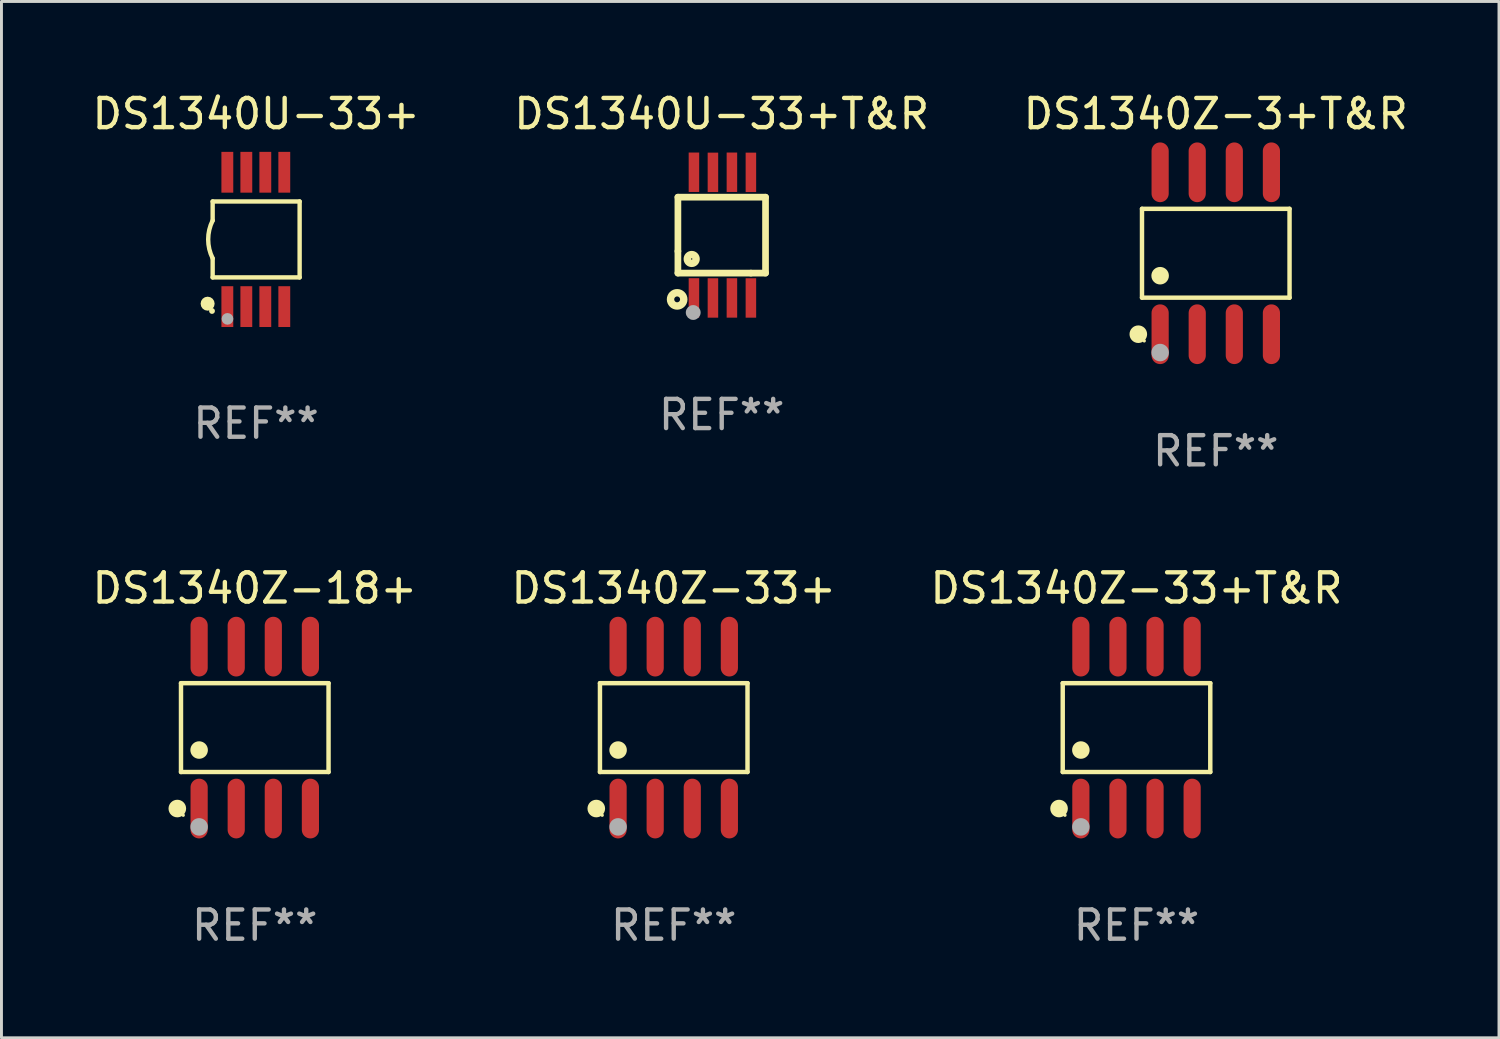
<source format=kicad_pcb>
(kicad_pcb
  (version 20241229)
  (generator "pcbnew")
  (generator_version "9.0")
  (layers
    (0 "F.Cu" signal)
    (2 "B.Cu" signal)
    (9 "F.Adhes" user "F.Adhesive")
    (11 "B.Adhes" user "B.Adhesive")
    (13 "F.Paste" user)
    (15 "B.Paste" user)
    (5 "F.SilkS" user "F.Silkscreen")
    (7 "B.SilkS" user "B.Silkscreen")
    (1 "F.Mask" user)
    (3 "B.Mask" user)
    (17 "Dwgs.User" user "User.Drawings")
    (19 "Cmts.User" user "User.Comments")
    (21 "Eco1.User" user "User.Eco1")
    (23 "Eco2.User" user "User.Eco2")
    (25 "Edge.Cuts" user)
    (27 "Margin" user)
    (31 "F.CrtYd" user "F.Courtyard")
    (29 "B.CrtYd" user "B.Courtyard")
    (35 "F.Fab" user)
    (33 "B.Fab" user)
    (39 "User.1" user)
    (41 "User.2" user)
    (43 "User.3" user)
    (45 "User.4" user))
  (footprint "DS1340U-33+T&R"
    (layer "F.Cu")
    (at 21.661 5)
    (property "Reference" "DS1340U-33+T&R" (at 0 -4.152 0) (layer "F.SilkS") (effects (font (size 1 1) (thickness 0.15))))
    (attr through_hole)
    (fp_line (start -1.5 1.301) (end 1 1.301) (stroke (width 0.229) (type solid)) (layer "F.SilkS"))
    (fp_line (start -1.5 -1.299) (end -1.5 0.551) (stroke (width 0.229) (type solid)) (layer "F.SilkS"))
    (fp_line (start -1.5 0.551) (end -1.5 1.301) (stroke (width 0.229) (type solid)) (layer "F.SilkS"))
    (fp_line (start 1 1.301) (end 1.5 1.301) (stroke (width 0.229) (type solid)) (layer "F.SilkS"))
    (fp_line (start 1.5 1.301) (end 1.5 -1.299) (stroke (width 0.229) (type solid)) (layer "F.SilkS"))
    (fp_line (start 1.5 -1.299) (end -1.5 -1.299) (stroke (width 0.229) (type solid)) (layer "F.SilkS"))
    (fp_circle (center -1.526 2.2) (end -1.426 2.2) (stroke (width 0.254) (type solid)) (fill no) (layer "F.SilkS"))
    (fp_circle (center -1.476 2.45) (end -1.446 2.45) (stroke (width 0.06) (type solid)) (fill no) (layer "F.SilkS"))
    (fp_circle (center -1.028 0.817) (end -0.878 0.817) (stroke (width 0.254) (type solid)) (fill no) (layer "F.SilkS"))
    (fp_circle (center -0.976 2.65) (end -0.849 2.65) (stroke (width 0.254) (type solid)) (fill no) (layer "F.Fab"))
    (fp_text user "REF**" (at 0 6.152 0) (layer "F.Fab") (effects (font (size 1 1) (thickness 0.15))))
    (pad "1" smd rect (at -0.951 2.15) (size 0.36 1.35) (layers "F.Cu" "F.Mask" "F.Paste"))
    (pad "2" smd rect (at -0.301 2.152) (size 0.36 1.35) (layers "F.Cu" "F.Mask" "F.Paste"))
    (pad "3" smd rect (at 0.349 2.151) (size 0.36 1.35) (layers "F.Cu" "F.Mask" "F.Paste"))
    (pad "4" smd rect (at 0.999 2.152) (size 0.36 1.35) (layers "F.Cu" "F.Mask" "F.Paste"))
    (pad "5" smd rect (at 0.999 -2.149) (size 0.36 1.35) (layers "F.Cu" "F.Mask" "F.Paste"))
    (pad "6" smd rect (at 0.349 -2.152) (size 0.36 1.35) (layers "F.Cu" "F.Mask" "F.Paste"))
    (pad "7" smd rect (at -0.301 -2.149) (size 0.36 1.35) (layers "F.Cu" "F.Mask" "F.Paste"))
    (pad "8" smd rect (at -0.951 -2.152) (size 0.36 1.35) (layers "F.Cu" "F.Mask" "F.Paste")))
  (footprint "DS1340Z-33+T&R"
    (layer "F.Cu")
    (at 35.863 21.862)
    (property "Reference" "DS1340Z-33+T&R" (at 0 -4.772 0) (layer "F.SilkS") (effects (font (size 1 1) (thickness 0.15))))
    (attr through_hole)
    (fp_line (start -2.526 -1.521) (end 2.526 -1.521) (stroke (width 0.152) (type solid)) (layer "F.SilkS"))
    (fp_line (start -2.526 1.521) (end -2.526 -1.521) (stroke (width 0.152) (type solid)) (layer "F.SilkS"))
    (fp_line (start 2.526 -1.521) (end 2.526 1.521) (stroke (width 0.152) (type solid)) (layer "F.SilkS"))
    (fp_line (start 2.526 1.521) (end -2.526 1.521) (stroke (width 0.152) (type solid)) (layer "F.SilkS"))
    (fp_circle (center -2.652 2.772) (end -2.501 2.772) (stroke (width 0.3) (type solid)) (fill no) (layer "F.SilkS"))
    (fp_circle (center -2.45 3) (end -2.42 3) (stroke (width 0.06) (type solid)) (fill no) (layer "F.SilkS"))
    (fp_circle (center -1.905 0.769) (end -1.755 0.769) (stroke (width 0.3) (type solid)) (fill no) (layer "F.SilkS"))
    (fp_circle (center -1.905 3.4) (end -1.755 3.4) (stroke (width 0.3) (type solid)) (fill no) (layer "F.Fab"))
    (fp_text user "REF**" (at 0 6.772 0) (layer "F.Fab") (effects (font (size 1 1) (thickness 0.15))))
    (pad "1" smd oval (at -1.905 2.772) (size 0.588 2.045) (layers "F.Cu" "F.Mask" "F.Paste"))
    (pad "2" smd oval (at -0.635 2.772) (size 0.588 2.045) (layers "F.Cu" "F.Mask" "F.Paste"))
    (pad "3" smd oval (at 0.635 2.772) (size 0.588 2.045) (layers "F.Cu" "F.Mask" "F.Paste"))
    (pad "4" smd oval (at 1.905 2.772) (size 0.588 2.045) (layers "F.Cu" "F.Mask" "F.Paste"))
    (pad "5" smd oval (at 1.905 -2.772) (size 0.588 2.045) (layers "F.Cu" "F.Mask" "F.Paste"))
    (pad "6" smd oval (at 0.635 -2.772) (size 0.588 2.045) (layers "F.Cu" "F.Mask" "F.Paste"))
    (pad "7" smd oval (at -0.635 -2.772) (size 0.588 2.045) (layers "F.Cu" "F.Mask" "F.Paste"))
    (pad "8" smd oval (at -1.905 -2.772) (size 0.588 2.045) (layers "F.Cu" "F.Mask" "F.Paste")))
  (footprint "DS1340Z-33+"
    (layer "F.Cu")
    (at 20.018 21.862)
    (property "Reference" "DS1340Z-33+" (at 0 -4.772 0) (layer "F.SilkS") (effects (font (size 1 1) (thickness 0.15))))
    (attr through_hole)
    (fp_line (start -2.526 -1.521) (end 2.526 -1.521) (stroke (width 0.152) (type solid)) (layer "F.SilkS"))
    (fp_line (start -2.526 1.521) (end -2.526 -1.521) (stroke (width 0.152) (type solid)) (layer "F.SilkS"))
    (fp_line (start 2.526 -1.521) (end 2.526 1.521) (stroke (width 0.152) (type solid)) (layer "F.SilkS"))
    (fp_line (start 2.526 1.521) (end -2.526 1.521) (stroke (width 0.152) (type solid)) (layer "F.SilkS"))
    (fp_circle (center -2.652 2.772) (end -2.501 2.772) (stroke (width 0.3) (type solid)) (fill no) (layer "F.SilkS"))
    (fp_circle (center -2.45 3) (end -2.42 3) (stroke (width 0.06) (type solid)) (fill no) (layer "F.SilkS"))
    (fp_circle (center -1.905 0.769) (end -1.755 0.769) (stroke (width 0.3) (type solid)) (fill no) (layer "F.SilkS"))
    (fp_circle (center -1.905 3.4) (end -1.755 3.4) (stroke (width 0.3) (type solid)) (fill no) (layer "F.Fab"))
    (fp_text user "REF**" (at 0 6.772 0) (layer "F.Fab") (effects (font (size 1 1) (thickness 0.15))))
    (pad "1" smd oval (at -1.905 2.772) (size 0.588 2.045) (layers "F.Cu" "F.Mask" "F.Paste"))
    (pad "2" smd oval (at -0.635 2.772) (size 0.588 2.045) (layers "F.Cu" "F.Mask" "F.Paste"))
    (pad "3" smd oval (at 0.635 2.772) (size 0.588 2.045) (layers "F.Cu" "F.Mask" "F.Paste"))
    (pad "4" smd oval (at 1.905 2.772) (size 0.588 2.045) (layers "F.Cu" "F.Mask" "F.Paste"))
    (pad "5" smd oval (at 1.905 -2.772) (size 0.588 2.045) (layers "F.Cu" "F.Mask" "F.Paste"))
    (pad "6" smd oval (at 0.635 -2.772) (size 0.588 2.045) (layers "F.Cu" "F.Mask" "F.Paste"))
    (pad "7" smd oval (at -0.635 -2.772) (size 0.588 2.045) (layers "F.Cu" "F.Mask" "F.Paste"))
    (pad "8" smd oval (at -1.905 -2.772) (size 0.588 2.045) (layers "F.Cu" "F.Mask" "F.Paste")))
  (footprint "DS1340U-33+"
    (layer "F.Cu")
    (at 5.72 5.148)
    (property "Reference" "DS1340U-33+" (at 0 -4.3 0) (layer "F.SilkS") (effects (font (size 1 1) (thickness 0.15))))
    (attr through_hole)
    (fp_line (start -1.489 -1.3) (end -1.489 -0.648) (stroke (width 0.15) (type solid)) (layer "F.SilkS"))
    (fp_line (start -1.489 0.648) (end -1.489 1.3) (stroke (width 0.15) (type solid)) (layer "F.SilkS"))
    (fp_line (start -1.489 1.3) (end 1.489 1.3) (stroke (width 0.15) (type solid)) (layer "F.SilkS"))
    (fp_line (start 1.489 -1.3) (end -1.489 -1.3) (stroke (width 0.15) (type solid)) (layer "F.SilkS"))
    (fp_line (start 1.489 1.3) (end 1.489 -1.3) (stroke (width 0.15) (type solid)) (layer "F.SilkS"))
    (fp_arc (start -1.489205 0.647702) (mid -1.642107 0) (end -1.489205 -0.647701) (stroke (width 0.150013) (type solid)) (layer "F.SilkS"))
    (fp_circle (center -1.661 2.2) (end -1.541 2.2) (stroke (width 0.24) (type solid)) (fill no) (layer "F.SilkS"))
    (fp_circle (center -1.511 2.45) (end -1.461 2.45) (stroke (width 0.1) (type solid)) (fill no) (layer "F.SilkS"))
    (fp_circle (center -0.981 2.72) (end -0.881 2.72) (stroke (width 0.2) (type solid)) (fill no) (layer "F.Fab"))
    (fp_text user "REF**" (at 0 6.3 0) (layer "F.Fab") (effects (font (size 1 1) (thickness 0.15))))
    (pad "1" smd rect (at -0.986 2.3) (size 0.406 1.397) (layers "F.Cu" "F.Mask" "F.Paste"))
    (pad "2" smd rect (at -0.336 2.3) (size 0.406 1.397) (layers "F.Cu" "F.Mask" "F.Paste"))
    (pad "3" smd rect (at 0.314 2.3) (size 0.406 1.397) (layers "F.Cu" "F.Mask" "F.Paste"))
    (pad "4" smd rect (at 0.964 2.3) (size 0.406 1.397) (layers "F.Cu" "F.Mask" "F.Paste"))
    (pad "5" smd rect (at 0.964 -2.3) (size 0.406 1.397) (layers "F.Cu" "F.Mask" "F.Paste"))
    (pad "6" smd rect (at 0.314 -2.3) (size 0.406 1.397) (layers "F.Cu" "F.Mask" "F.Paste"))
    (pad "7" smd rect (at -0.336 -2.3) (size 0.406 1.397) (layers "F.Cu" "F.Mask" "F.Paste"))
    (pad "8" smd rect (at -0.986 -2.3) (size 0.406 1.397) (layers "F.Cu" "F.Mask" "F.Paste")))
  (footprint "DS1340Z-18+"
    (layer "F.Cu")
    (at 5.673 21.862)
    (property "Reference" "DS1340Z-18+" (at 0 -4.772 0) (layer "F.SilkS") (effects (font (size 1 1) (thickness 0.15))))
    (attr through_hole)
    (fp_line (start -2.526 -1.521) (end 2.526 -1.521) (stroke (width 0.152) (type solid)) (layer "F.SilkS"))
    (fp_line (start -2.526 1.521) (end -2.526 -1.521) (stroke (width 0.152) (type solid)) (layer "F.SilkS"))
    (fp_line (start 2.526 -1.521) (end 2.526 1.521) (stroke (width 0.152) (type solid)) (layer "F.SilkS"))
    (fp_line (start 2.526 1.521) (end -2.526 1.521) (stroke (width 0.152) (type solid)) (layer "F.SilkS"))
    (fp_circle (center -2.652 2.772) (end -2.501 2.772) (stroke (width 0.3) (type solid)) (fill no) (layer "F.SilkS"))
    (fp_circle (center -2.45 3) (end -2.42 3) (stroke (width 0.06) (type solid)) (fill no) (layer "F.SilkS"))
    (fp_circle (center -1.905 0.769) (end -1.755 0.769) (stroke (width 0.3) (type solid)) (fill no) (layer "F.SilkS"))
    (fp_circle (center -1.905 3.4) (end -1.755 3.4) (stroke (width 0.3) (type solid)) (fill no) (layer "F.Fab"))
    (fp_text user "REF**" (at 0 6.772 0) (layer "F.Fab") (effects (font (size 1 1) (thickness 0.15))))
    (pad "1" smd oval (at -1.905 2.772) (size 0.588 2.045) (layers "F.Cu" "F.Mask" "F.Paste"))
    (pad "2" smd oval (at -0.635 2.772) (size 0.588 2.045) (layers "F.Cu" "F.Mask" "F.Paste"))
    (pad "3" smd oval (at 0.635 2.772) (size 0.588 2.045) (layers "F.Cu" "F.Mask" "F.Paste"))
    (pad "4" smd oval (at 1.905 2.772) (size 0.588 2.045) (layers "F.Cu" "F.Mask" "F.Paste"))
    (pad "5" smd oval (at 1.905 -2.772) (size 0.588 2.045) (layers "F.Cu" "F.Mask" "F.Paste"))
    (pad "6" smd oval (at 0.635 -2.772) (size 0.588 2.045) (layers "F.Cu" "F.Mask" "F.Paste"))
    (pad "7" smd oval (at -0.635 -2.772) (size 0.588 2.045) (layers "F.Cu" "F.Mask" "F.Paste"))
    (pad "8" smd oval (at -1.905 -2.772) (size 0.588 2.045) (layers "F.Cu" "F.Mask" "F.Paste")))
  (footprint "DS1340Z-3+T&R"
    (layer "F.Cu")
    (at 38.577 5.621)
    (property "Reference" "DS1340Z-3+T&R" (at 0 -4.772 0) (layer "F.SilkS") (effects (font (size 1 1) (thickness 0.15))))
    (attr through_hole)
    (fp_line (start -2.526 -1.521) (end 2.526 -1.521) (stroke (width 0.152) (type solid)) (layer "F.SilkS"))
    (fp_line (start -2.526 1.521) (end -2.526 -1.521) (stroke (width 0.152) (type solid)) (layer "F.SilkS"))
    (fp_line (start 2.526 -1.521) (end 2.526 1.521) (stroke (width 0.152) (type solid)) (layer "F.SilkS"))
    (fp_line (start 2.526 1.521) (end -2.526 1.521) (stroke (width 0.152) (type solid)) (layer "F.SilkS"))
    (fp_circle (center -2.652 2.772) (end -2.501 2.772) (stroke (width 0.3) (type solid)) (fill no) (layer "F.SilkS"))
    (fp_circle (center -2.45 3) (end -2.42 3) (stroke (width 0.06) (type solid)) (fill no) (layer "F.SilkS"))
    (fp_circle (center -1.905 0.769) (end -1.755 0.769) (stroke (width 0.3) (type solid)) (fill no) (layer "F.SilkS"))
    (fp_circle (center -1.905 3.4) (end -1.755 3.4) (stroke (width 0.3) (type solid)) (fill no) (layer "F.Fab"))
    (fp_text user "REF**" (at 0 6.772 0) (layer "F.Fab") (effects (font (size 1 1) (thickness 0.15))))
    (pad "1" smd oval (at -1.905 2.772) (size 0.588 2.045) (layers "F.Cu" "F.Mask" "F.Paste"))
    (pad "2" smd oval (at -0.635 2.772) (size 0.588 2.045) (layers "F.Cu" "F.Mask" "F.Paste"))
    (pad "3" smd oval (at 0.635 2.772) (size 0.588 2.045) (layers "F.Cu" "F.Mask" "F.Paste"))
    (pad "4" smd oval (at 1.905 2.772) (size 0.588 2.045) (layers "F.Cu" "F.Mask" "F.Paste"))
    (pad "5" smd oval (at 1.905 -2.772) (size 0.588 2.045) (layers "F.Cu" "F.Mask" "F.Paste"))
    (pad "6" smd oval (at 0.635 -2.772) (size 0.588 2.045) (layers "F.Cu" "F.Mask" "F.Paste"))
    (pad "7" smd oval (at -0.635 -2.772) (size 0.588 2.045) (layers "F.Cu" "F.Mask" "F.Paste"))
    (pad "8" smd oval (at -1.905 -2.772) (size 0.588 2.045) (layers "F.Cu" "F.Mask" "F.Paste")))
  (gr_rect
    (start -3 -3)
    (end 48.274 32.483)
    (stroke (width 0.1) (type default))
    (fill no)
    (layer "Edge.Cuts")))
</source>
